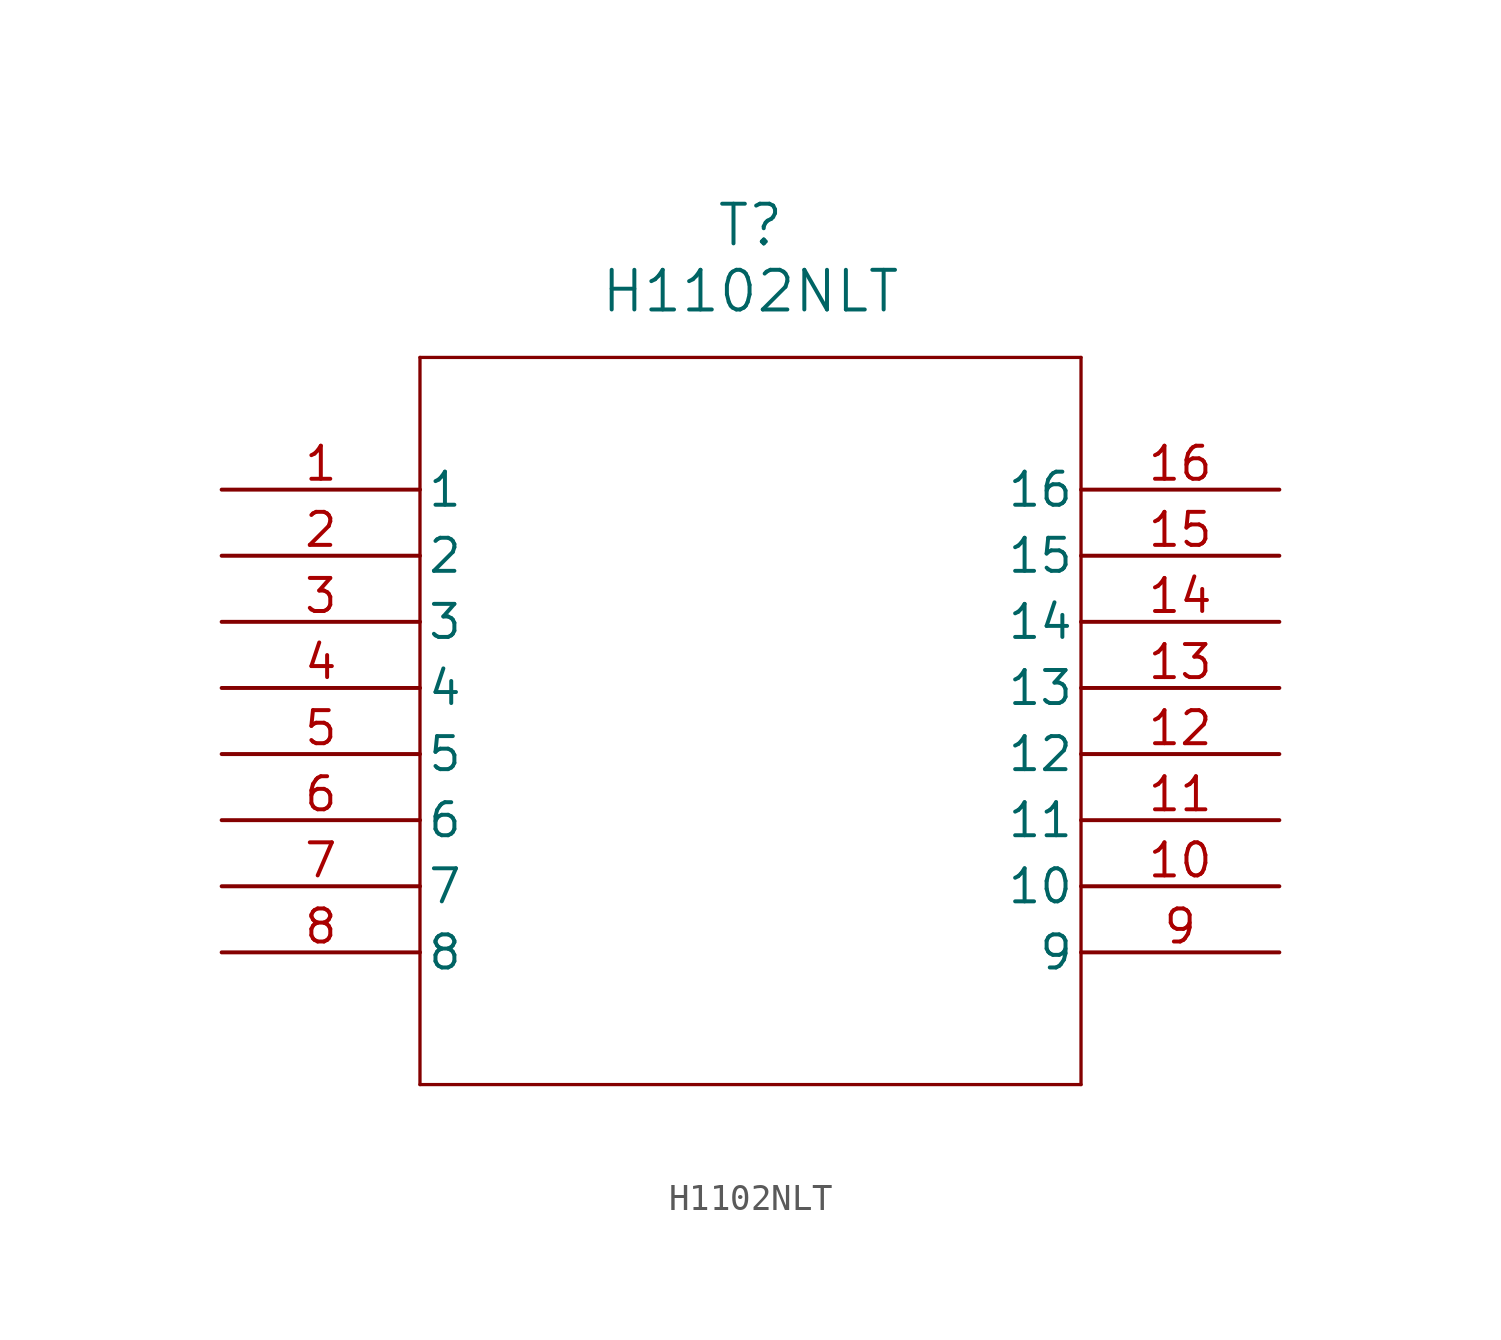
<source format=kicad_sym>
(kicad_symbol_lib
  (version 20211014)
  (generator kicad_symbol_editor)
  (symbol "H1102NLT"
    (pin_names
      (offset 0.254))
    (property "Reference" "T"
      (at 20.32 10.16 0)
      (effects (font (size 1.524 1.524))))
    (property "Value" "H1102NLT"
      (at 20.32 7.62 0)
      (effects (font (size 1.524 1.524))))
    (symbol "H1102NLT_0_1"
      (polyline (pts (xy 7.62 5.08) (xy 7.62 -22.86)) (stroke (width 0.127) (type default) (color 0 0 0 0)) (fill (type none)))
      (polyline (pts (xy 7.62 -22.86) (xy 33.02 -22.86)) (stroke (width 0.127) (type default) (color 0 0 0 0)) (fill (type none)))
      (polyline (pts (xy 33.02 -22.86) (xy 33.02 5.08)) (stroke (width 0.127) (type default) (color 0 0 0 0)) (fill (type none)))
      (polyline (pts (xy 33.02 5.08) (xy 7.62 5.08)) (stroke (width 0.127) (type default) (color 0 0 0 0)) (fill (type none)))
      (pin unspecified line (at 0 0 0) (length 7.62) (name "1" (effects (font (size 1.27 1.27)))) (number "1" (effects (font (size 1.27 1.27)))))
      (pin unspecified line (at 0 -2.54 0) (length 7.62) (name "2" (effects (font (size 1.27 1.27)))) (number "2" (effects (font (size 1.27 1.27)))))
      (pin unspecified line (at 0 -5.08 0) (length 7.62) (name "3" (effects (font (size 1.27 1.27)))) (number "3" (effects (font (size 1.27 1.27)))))
      (pin unspecified line (at 0 -7.62 0) (length 7.62) (name "4" (effects (font (size 1.27 1.27)))) (number "4" (effects (font (size 1.27 1.27)))))
      (pin unspecified line (at 0 -10.16 0) (length 7.62) (name "5" (effects (font (size 1.27 1.27)))) (number "5" (effects (font (size 1.27 1.27)))))
      (pin unspecified line (at 0 -12.7 0) (length 7.62) (name "6" (effects (font (size 1.27 1.27)))) (number "6" (effects (font (size 1.27 1.27)))))
      (pin unspecified line (at 0 -15.24 0) (length 7.62) (name "7" (effects (font (size 1.27 1.27)))) (number "7" (effects (font (size 1.27 1.27)))))
      (pin unspecified line (at 0 -17.78 0) (length 7.62) (name "8" (effects (font (size 1.27 1.27)))) (number "8" (effects (font (size 1.27 1.27)))))
      (pin unspecified line (at 40.64 -17.78 180) (length 7.62) (name "9" (effects (font (size 1.27 1.27)))) (number "9" (effects (font (size 1.27 1.27)))))
      (pin unspecified line (at 40.64 -15.24 180) (length 7.62) (name "10" (effects (font (size 1.27 1.27)))) (number "10" (effects (font (size 1.27 1.27)))))
      (pin unspecified line (at 40.64 -12.7 180) (length 7.62) (name "11" (effects (font (size 1.27 1.27)))) (number "11" (effects (font (size 1.27 1.27)))))
      (pin unspecified line (at 40.64 -10.16 180) (length 7.62) (name "12" (effects (font (size 1.27 1.27)))) (number "12" (effects (font (size 1.27 1.27)))))
      (pin unspecified line (at 40.64 -7.62 180) (length 7.62) (name "13" (effects (font (size 1.27 1.27)))) (number "13" (effects (font (size 1.27 1.27)))))
      (pin unspecified line (at 40.64 -5.08 180) (length 7.62) (name "14" (effects (font (size 1.27 1.27)))) (number "14" (effects (font (size 1.27 1.27)))))
      (pin unspecified line (at 40.64 -2.54 180) (length 7.62) (name "15" (effects (font (size 1.27 1.27)))) (number "15" (effects (font (size 1.27 1.27)))))
      (pin unspecified line (at 40.64 0 180) (length 7.62) (name "16" (effects (font (size 1.27 1.27)))) (number "16" (effects (font (size 1.27 1.27))))))))
</source>
